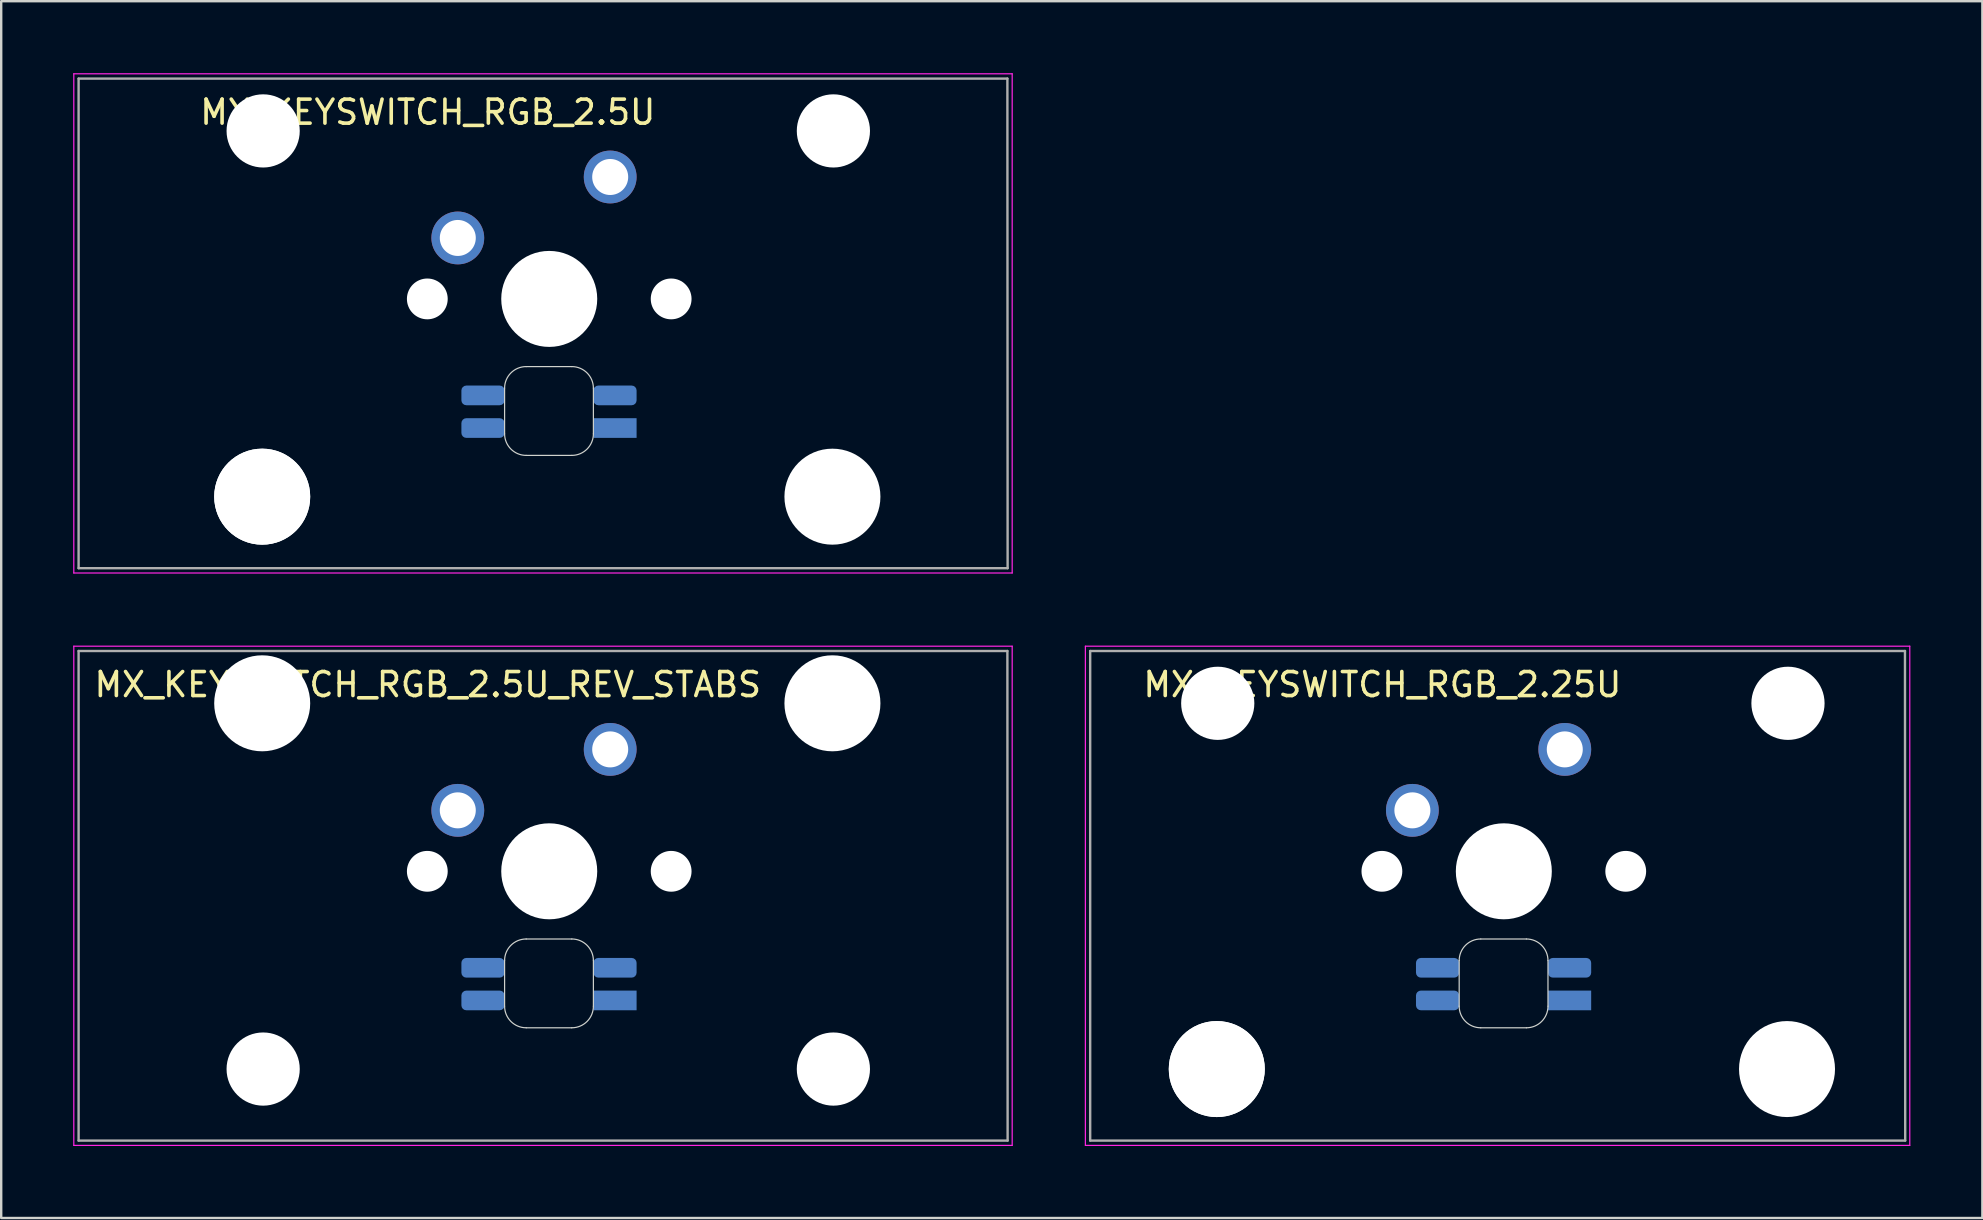
<source format=kicad_pcb>
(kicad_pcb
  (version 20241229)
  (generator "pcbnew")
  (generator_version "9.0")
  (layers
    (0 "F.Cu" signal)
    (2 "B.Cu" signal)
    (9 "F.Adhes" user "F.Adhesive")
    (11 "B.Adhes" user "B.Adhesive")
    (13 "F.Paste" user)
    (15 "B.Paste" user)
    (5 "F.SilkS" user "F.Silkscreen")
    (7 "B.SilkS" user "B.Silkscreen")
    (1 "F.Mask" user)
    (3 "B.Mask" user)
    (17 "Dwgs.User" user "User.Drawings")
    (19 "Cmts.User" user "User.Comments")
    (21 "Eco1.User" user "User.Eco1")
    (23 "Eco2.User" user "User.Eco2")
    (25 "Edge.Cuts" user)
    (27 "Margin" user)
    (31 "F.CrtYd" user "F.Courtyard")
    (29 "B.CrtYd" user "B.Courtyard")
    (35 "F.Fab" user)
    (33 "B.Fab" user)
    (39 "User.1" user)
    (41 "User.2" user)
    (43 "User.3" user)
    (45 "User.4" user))
  (footprint "MX_KEYSWITCH_RGB_2.25U"
    (layer "F.Cu")
    (at 59.55 33.275)
    (property "Reference" "MX_KEYSWITCH_RGB_2.25U" (at -5 -7.8 0) (layer "F.SilkS") (effects (font (size 1 1) (thickness 0.15))))
    (attr through_hole)
    (fp_line (start -1.8 3.7) (end -1.8 5.6) (stroke (width 0.05) (type solid)) (layer "Edge.Cuts"))
    (fp_line (start -0.9 6.5) (end 1 6.5) (stroke (width 0.05) (type solid)) (layer "Edge.Cuts"))
    (fp_line (start 1 2.8) (end -0.9 2.8) (stroke (width 0.05) (type solid)) (layer "Edge.Cuts"))
    (fp_line (start 1.9 5.6) (end 1.9 3.7) (stroke (width 0.05) (type solid)) (layer "Edge.Cuts"))
    (fp_arc (start -1.8 3.7) (mid -1.536396 3.063604) (end -0.9 2.8) (stroke (width 0.05) (type solid)) (layer "Edge.Cuts"))
    (fp_arc (start -0.9 6.5) (mid -1.536396 6.236396) (end -1.8 5.6) (stroke (width 0.05) (type solid)) (layer "Edge.Cuts"))
    (fp_arc (start 1 2.8) (mid 1.636396 3.063604) (end 1.9 3.7) (stroke (width 0.05) (type solid)) (layer "Edge.Cuts"))
    (fp_arc (start 1.9 5.6) (mid 1.636396 6.236396) (end 1 6.5) (stroke (width 0.05) (type solid)) (layer "Edge.Cuts"))
    (fp_line (start -17.375 -9.4) (end 16.975 -9.4) (stroke (width 0.05) (type solid)) (layer "F.CrtYd"))
    (fp_line (start -17.375 11.4) (end -17.375 -9.4) (stroke (width 0.05) (type solid)) (layer "F.CrtYd"))
    (fp_line (start 16.975 -9.4) (end 16.975 11.4) (stroke (width 0.05) (type solid)) (layer "F.CrtYd"))
    (fp_line (start 16.975 11.4) (end -17.375 11.4) (stroke (width 0.05) (type solid)) (layer "F.CrtYd"))
    (fp_line (start -17.175 -9.2) (end 16.775 -9.2) (stroke (width 0.1) (type solid)) (layer "F.Fab"))
    (fp_line (start -17.175 11.2) (end -17.175 -9.2) (stroke (width 0.1) (type solid)) (layer "F.Fab"))
    (fp_line (start 16.775 -9.2) (end 16.785 11.2) (stroke (width 0.1) (type solid)) (layer "F.Fab"))
    (fp_line (start 16.785 11.2) (end -17.175 11.2) (stroke (width 0.1) (type solid)) (layer "F.Fab"))
    (pad "" np_thru_hole circle (at -11.9 8.22) (size 4 4) (drill 4) (layers "*.Cu" "*.Mask"))
    (pad "" np_thru_hole circle (at -11.9 8.22) (size 4 4) (drill 4) (layers "*.Cu" "*.Mask"))
    (pad "" np_thru_hole circle (at -11.86 -7.02) (size 3.05 3.05) (drill 3.05) (layers "*.Cu" "*.Mask"))
    (pad "" np_thru_hole circle (at -5.02 -0.02) (size 1.7 1.7) (drill 1.7) (layers "*.Cu" "*.Mask"))
    (pad "" np_thru_hole circle (at 0.06 -0.02) (size 4 4) (drill 4) (layers "*.Cu" "*.Mask"))
    (pad "" np_thru_hole circle (at 5.14 -0.02) (size 1.7 1.7) (drill 1.7) (layers "*.Cu" "*.Mask"))
    (pad "" np_thru_hole circle (at 11.86 8.22) (size 4 4) (drill 4) (layers "*.Cu" "*.Mask"))
    (pad "" np_thru_hole circle (at 11.9 -7.02) (size 3.05 3.05) (drill 3.05) (layers "*.Cu" "*.Mask"))
    (pad "1" thru_hole circle (at 2.6 -5.1) (size 2.2 2.2) (drill 1.5) (layers "*.Cu" "*.Mask"))
    (pad "2" thru_hole circle (at -3.75 -2.56) (size 2.2 2.2) (drill 1.5) (layers "*.Cu" "*.Mask"))
    (pad "3" smd roundrect (at 2.8 4) (size 1.8 0.82) (layers "B.Cu" "B.Mask" "B.Paste") (roundrect_rratio 0.25))
    (pad "4" smd roundrect (at -2.7 5.36) (size 1.8 0.82) (layers "B.Cu" "B.Mask" "B.Paste") (roundrect_rratio 0.25))
    (pad "5" smd roundrect (at -2.7 4) (size 1.8 0.82) (layers "B.Cu" "B.Mask" "B.Paste") (roundrect_rratio 0.25))
    (pad "6" smd rect (at 2.8 5.36) (size 1.8 0.82) (layers "B.Cu" "B.Mask" "B.Paste")))
  (footprint "MX_KEYSWITCH_RGB_2.5U"
    (layer "F.Cu")
    (at 19.775 9.425)
    (property "Reference" "MX_KEYSWITCH_RGB_2.5U" (at -5 -7.8 0) (layer "F.SilkS") (effects (font (size 1 1) (thickness 0.15))))
    (attr through_hole)
    (fp_line (start -1.8 3.7) (end -1.8 5.6) (stroke (width 0.05) (type solid)) (layer "Edge.Cuts"))
    (fp_line (start -0.9 6.5) (end 1 6.5) (stroke (width 0.05) (type solid)) (layer "Edge.Cuts"))
    (fp_line (start 1 2.8) (end -0.9 2.8) (stroke (width 0.05) (type solid)) (layer "Edge.Cuts"))
    (fp_line (start 1.9 5.6) (end 1.9 3.7) (stroke (width 0.05) (type solid)) (layer "Edge.Cuts"))
    (fp_arc (start -1.8 3.7) (mid -1.536396 3.063604) (end -0.9 2.8) (stroke (width 0.05) (type solid)) (layer "Edge.Cuts"))
    (fp_arc (start -0.9 6.5) (mid -1.536396 6.236396) (end -1.8 5.6) (stroke (width 0.05) (type solid)) (layer "Edge.Cuts"))
    (fp_arc (start 1 2.8) (mid 1.636396 3.063604) (end 1.9 3.7) (stroke (width 0.05) (type solid)) (layer "Edge.Cuts"))
    (fp_arc (start 1.9 5.6) (mid 1.636396 6.236396) (end 1 6.5) (stroke (width 0.05) (type solid)) (layer "Edge.Cuts"))
    (fp_line (start -19.75 -9.4) (end 19.35 -9.4) (stroke (width 0.05) (type solid)) (layer "F.CrtYd"))
    (fp_line (start -19.75 11.4) (end -19.75 -9.4) (stroke (width 0.05) (type solid)) (layer "F.CrtYd"))
    (fp_line (start 19.35 -9.4) (end 19.35 11.4) (stroke (width 0.05) (type solid)) (layer "F.CrtYd"))
    (fp_line (start 19.35 11.4) (end -19.75 11.4) (stroke (width 0.05) (type solid)) (layer "F.CrtYd"))
    (fp_line (start -19.55 -9.2) (end 19.15 -9.2) (stroke (width 0.1) (type solid)) (layer "F.Fab"))
    (fp_line (start -19.55 11.2) (end -19.55 -9.2) (stroke (width 0.1) (type solid)) (layer "F.Fab"))
    (fp_line (start 19.15 -9.2) (end 19.16 11.2) (stroke (width 0.1) (type solid)) (layer "F.Fab"))
    (fp_line (start 19.16 11.2) (end -19.55 11.2) (stroke (width 0.1) (type solid)) (layer "F.Fab"))
    (pad "" np_thru_hole circle (at -11.9 8.22) (size 4 4) (drill 4) (layers "*.Cu" "*.Mask"))
    (pad "" np_thru_hole circle (at -11.9 8.22) (size 4 4) (drill 4) (layers "*.Cu" "*.Mask"))
    (pad "" np_thru_hole circle (at -11.86 -7.02) (size 3.05 3.05) (drill 3.05) (layers "*.Cu" "*.Mask"))
    (pad "" np_thru_hole circle (at -5.02 -0.02) (size 1.7 1.7) (drill 1.7) (layers "*.Cu" "*.Mask"))
    (pad "" np_thru_hole circle (at 0.06 -0.02) (size 4 4) (drill 4) (layers "*.Cu" "*.Mask"))
    (pad "" np_thru_hole circle (at 5.14 -0.02) (size 1.7 1.7) (drill 1.7) (layers "*.Cu" "*.Mask"))
    (pad "" np_thru_hole circle (at 11.86 8.22) (size 4 4) (drill 4) (layers "*.Cu" "*.Mask"))
    (pad "" np_thru_hole circle (at 11.9 -7.02) (size 3.05 3.05) (drill 3.05) (layers "*.Cu" "*.Mask"))
    (pad "1" thru_hole circle (at 2.6 -5.1) (size 2.2 2.2) (drill 1.5) (layers "*.Cu" "*.Mask"))
    (pad "2" thru_hole circle (at -3.75 -2.56) (size 2.2 2.2) (drill 1.5) (layers "*.Cu" "*.Mask"))
    (pad "3" smd roundrect (at 2.8 4) (size 1.8 0.82) (layers "B.Cu" "B.Mask" "B.Paste") (roundrect_rratio 0.25))
    (pad "4" smd roundrect (at -2.7 5.36) (size 1.8 0.82) (layers "B.Cu" "B.Mask" "B.Paste") (roundrect_rratio 0.25))
    (pad "5" smd roundrect (at -2.7 4) (size 1.8 0.82) (layers "B.Cu" "B.Mask" "B.Paste") (roundrect_rratio 0.25))
    (pad "6" smd rect (at 2.8 5.36) (size 1.8 0.82) (layers "B.Cu" "B.Mask" "B.Paste")))
  (footprint "MX_KEYSWITCH_RGB_2.5U_REV_STABS"
    (layer "F.Cu")
    (at 19.775 33.275)
    (property "Reference" "MX_KEYSWITCH_RGB_2.5U_REV_STABS" (at -5 -7.8 0) (layer "F.SilkS") (effects (font (size 1 1) (thickness 0.15))))
    (attr through_hole)
    (fp_line (start -1.8 3.7) (end -1.8 5.6) (stroke (width 0.05) (type solid)) (layer "Edge.Cuts"))
    (fp_line (start -0.9 6.5) (end 1 6.5) (stroke (width 0.05) (type solid)) (layer "Edge.Cuts"))
    (fp_line (start 1 2.8) (end -0.9 2.8) (stroke (width 0.05) (type solid)) (layer "Edge.Cuts"))
    (fp_line (start 1.9 5.6) (end 1.9 3.7) (stroke (width 0.05) (type solid)) (layer "Edge.Cuts"))
    (fp_arc (start -1.8 3.7) (mid -1.536396 3.063604) (end -0.9 2.8) (stroke (width 0.05) (type solid)) (layer "Edge.Cuts"))
    (fp_arc (start -0.9 6.5) (mid -1.536396 6.236396) (end -1.8 5.6) (stroke (width 0.05) (type solid)) (layer "Edge.Cuts"))
    (fp_arc (start 1 2.8) (mid 1.636396 3.063604) (end 1.9 3.7) (stroke (width 0.05) (type solid)) (layer "Edge.Cuts"))
    (fp_arc (start 1.9 5.6) (mid 1.636396 6.236396) (end 1 6.5) (stroke (width 0.05) (type solid)) (layer "Edge.Cuts"))
    (fp_line (start -19.75 -9.4) (end 19.35 -9.4) (stroke (width 0.05) (type solid)) (layer "F.CrtYd"))
    (fp_line (start -19.75 11.4) (end -19.75 -9.4) (stroke (width 0.05) (type solid)) (layer "F.CrtYd"))
    (fp_line (start 19.35 -9.4) (end 19.35 11.4) (stroke (width 0.05) (type solid)) (layer "F.CrtYd"))
    (fp_line (start 19.35 11.4) (end -19.75 11.4) (stroke (width 0.05) (type solid)) (layer "F.CrtYd"))
    (fp_line (start -19.55 -9.2) (end 19.15 -9.2) (stroke (width 0.1) (type solid)) (layer "F.Fab"))
    (fp_line (start -19.55 11.2) (end -19.55 -9.2) (stroke (width 0.1) (type solid)) (layer "F.Fab"))
    (fp_line (start 19.15 -9.2) (end 19.16 11.2) (stroke (width 0.1) (type solid)) (layer "F.Fab"))
    (fp_line (start 19.16 11.2) (end -19.55 11.2) (stroke (width 0.1) (type solid)) (layer "F.Fab"))
    (pad "" np_thru_hole circle (at -11.9 -7.02) (size 4 4) (drill 4) (layers "*.Cu" "*.Mask"))
    (pad "" np_thru_hole circle (at -11.86 8.22) (size 3.05 3.05) (drill 3.05) (layers "*.Cu" "*.Mask"))
    (pad "" np_thru_hole circle (at -5.02 -0.02) (size 1.7 1.7) (drill 1.7) (layers "*.Cu" "*.Mask"))
    (pad "" np_thru_hole circle (at 0.06 -0.02) (size 4 4) (drill 4) (layers "*.Cu" "*.Mask"))
    (pad "" np_thru_hole circle (at 5.14 -0.02) (size 1.7 1.7) (drill 1.7) (layers "*.Cu" "*.Mask"))
    (pad "" np_thru_hole circle (at 11.86 -7.02) (size 4 4) (drill 4) (layers "*.Cu" "*.Mask"))
    (pad "" np_thru_hole circle (at 11.9 8.22) (size 3.05 3.05) (drill 3.05) (layers "*.Cu" "*.Mask"))
    (pad "1" thru_hole circle (at 2.6 -5.1) (size 2.2 2.2) (drill 1.5) (layers "*.Cu" "*.Mask"))
    (pad "2" thru_hole circle (at -3.75 -2.56) (size 2.2 2.2) (drill 1.5) (layers "*.Cu" "*.Mask"))
    (pad "3" smd roundrect (at 2.8 4) (size 1.8 0.82) (layers "B.Cu" "B.Mask" "B.Paste") (roundrect_rratio 0.25))
    (pad "4" smd roundrect (at -2.7 5.36) (size 1.8 0.82) (layers "B.Cu" "B.Mask" "B.Paste") (roundrect_rratio 0.25))
    (pad "5" smd roundrect (at -2.7 4) (size 1.8 0.82) (layers "B.Cu" "B.Mask" "B.Paste") (roundrect_rratio 0.25))
    (pad "6" smd rect (at 2.8 5.36) (size 1.8 0.82) (layers "B.Cu" "B.Mask" "B.Paste")))
  (gr_rect
    (start -3 -3)
    (end 79.55 47.7)
    (stroke (width 0.1) (type default))
    (fill no)
    (layer "Edge.Cuts")))
</source>
